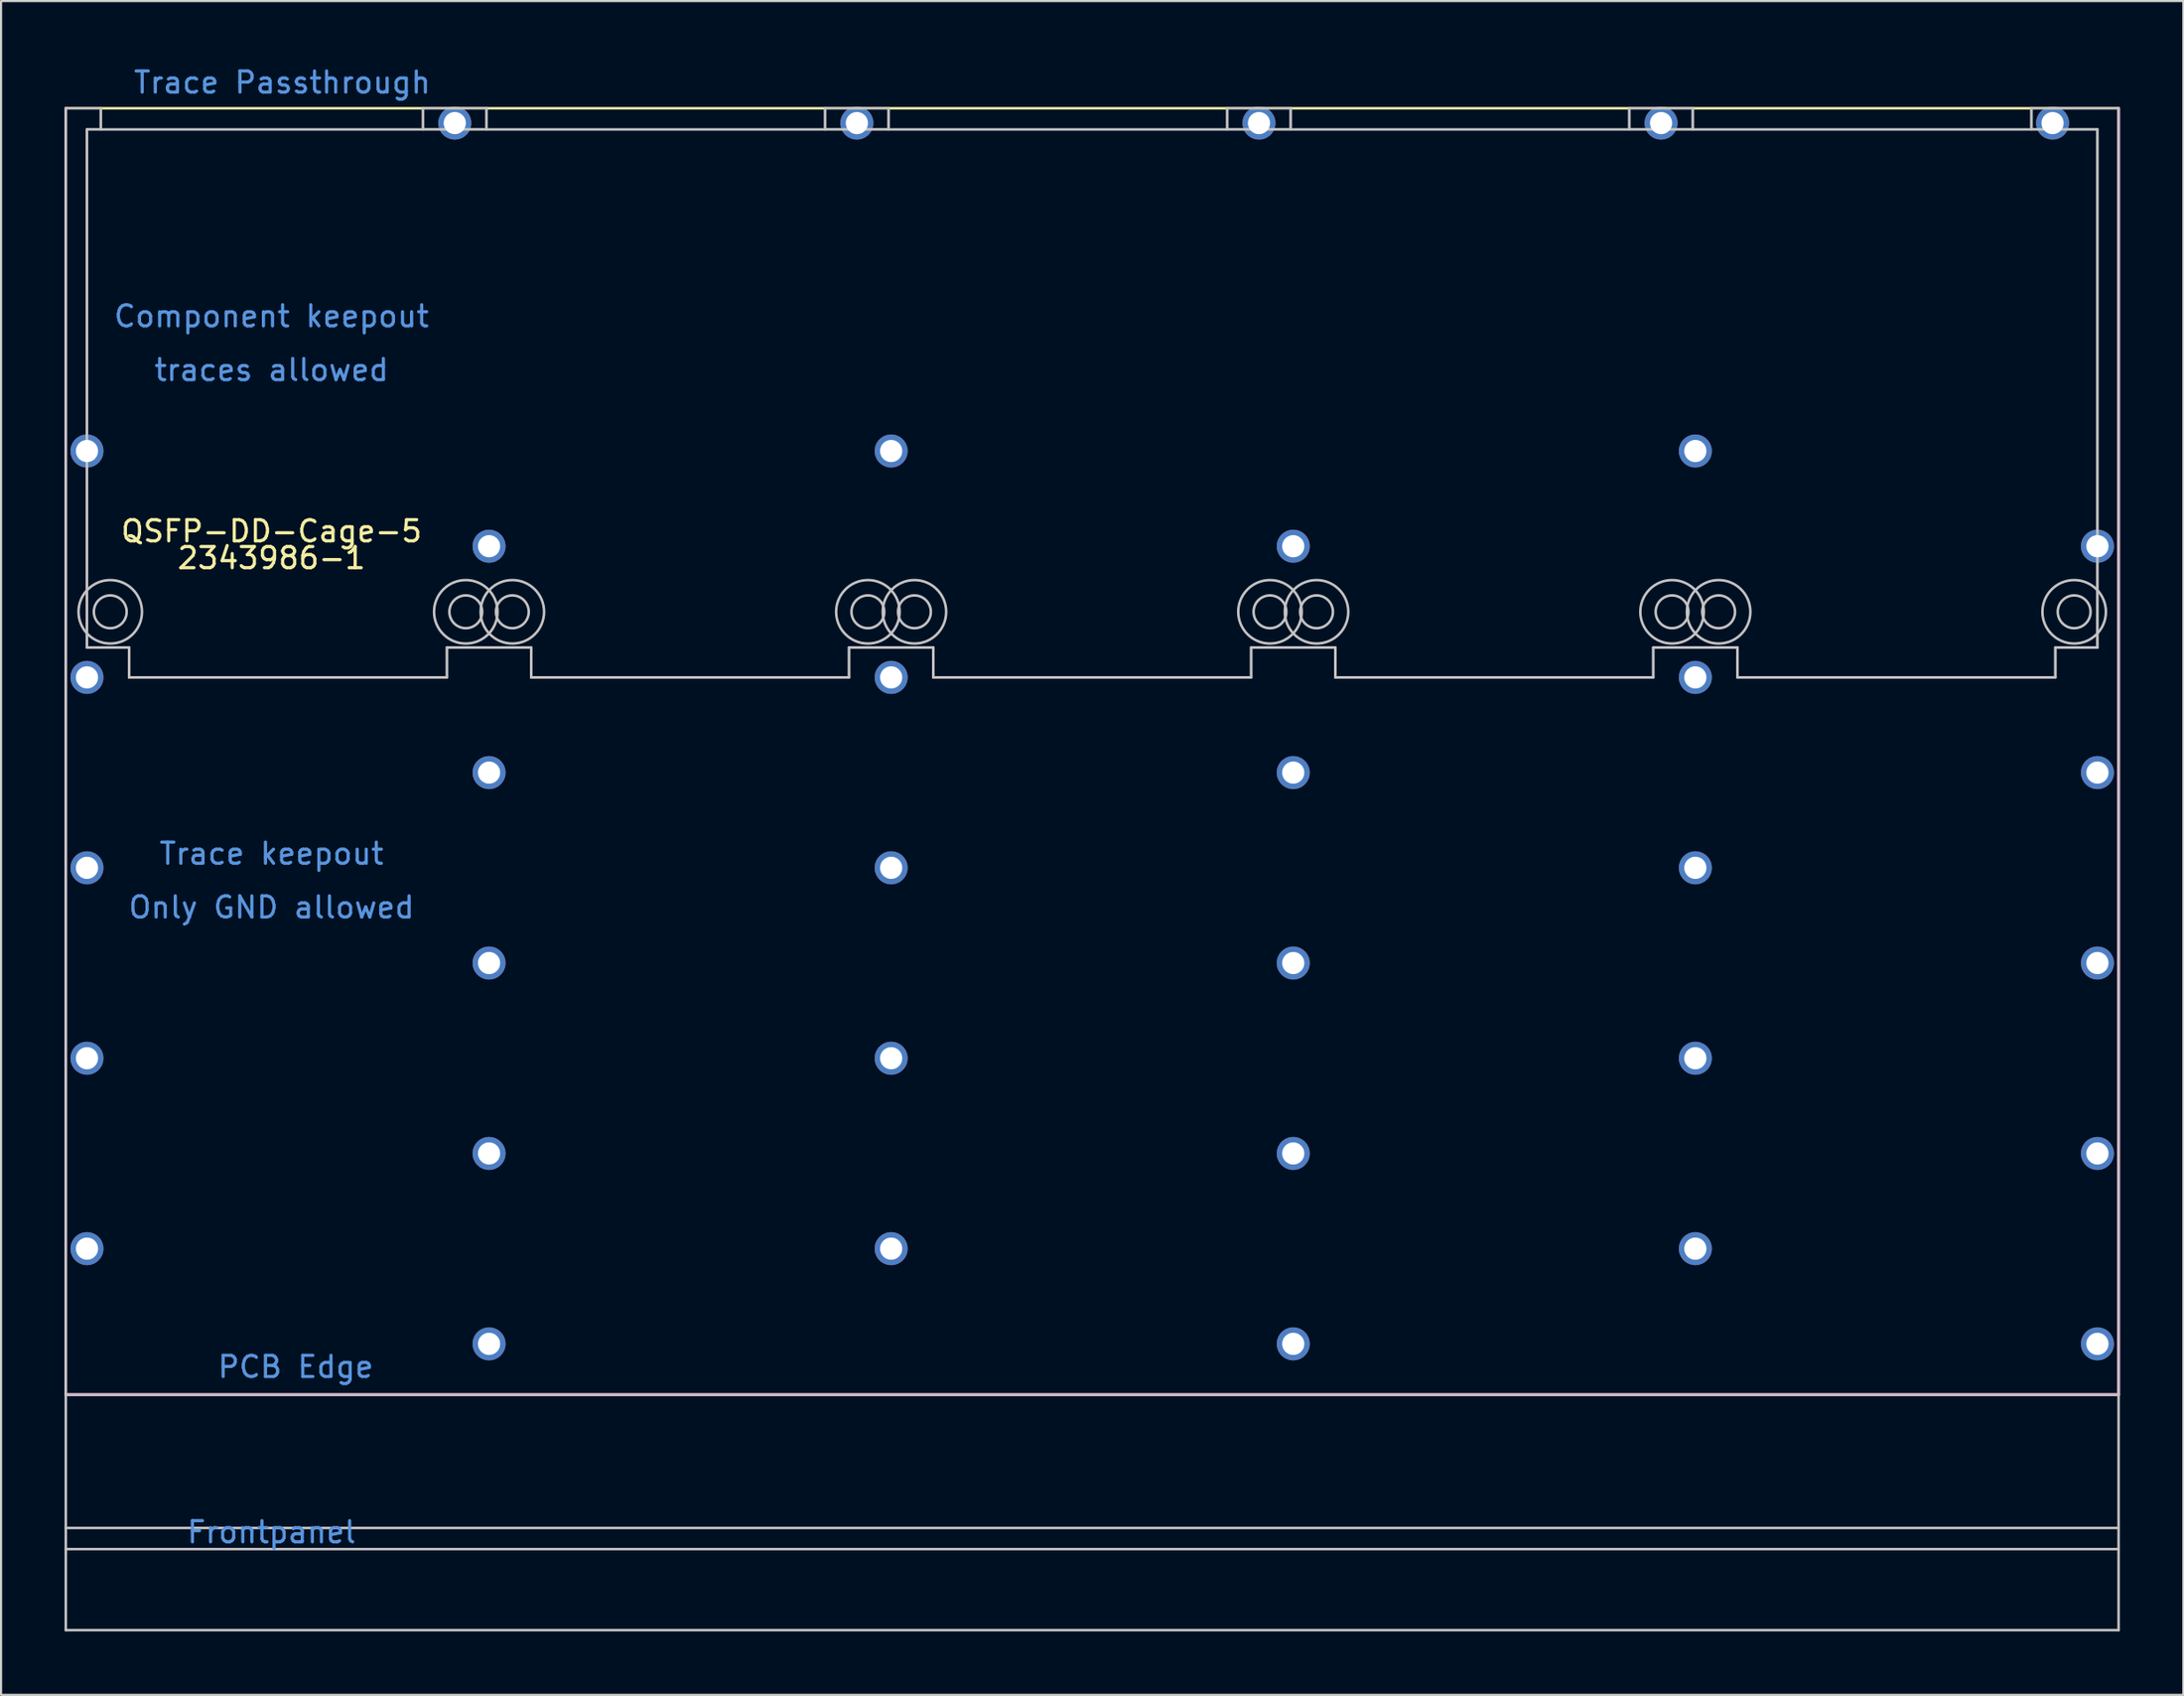
<source format=kicad_pcb>
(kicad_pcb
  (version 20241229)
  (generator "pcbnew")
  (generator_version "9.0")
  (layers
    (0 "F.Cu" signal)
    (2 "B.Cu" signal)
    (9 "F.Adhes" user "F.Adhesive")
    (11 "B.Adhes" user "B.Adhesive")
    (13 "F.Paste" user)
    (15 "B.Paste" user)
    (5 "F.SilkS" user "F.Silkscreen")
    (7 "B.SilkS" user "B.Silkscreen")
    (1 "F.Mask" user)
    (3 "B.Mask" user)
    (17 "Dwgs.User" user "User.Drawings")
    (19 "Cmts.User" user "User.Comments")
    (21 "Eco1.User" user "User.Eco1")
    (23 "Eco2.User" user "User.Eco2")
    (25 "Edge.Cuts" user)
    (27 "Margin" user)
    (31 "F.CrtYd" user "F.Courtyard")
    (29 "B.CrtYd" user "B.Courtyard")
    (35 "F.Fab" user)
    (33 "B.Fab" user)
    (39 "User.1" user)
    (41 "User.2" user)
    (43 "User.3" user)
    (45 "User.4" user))
  (footprint "QSFP-DD-Cage-5"
    (layer "F.Cu")
    (at 2.16 25.867)
    (property "Reference" "QSFP-DD-Cage-5" (at 7.62 -3.81 0) (layer "F.SilkS") (effects (font (size 1 1) (thickness 0.15))))
    (attr smd)
    (fp_line (start -2.1 -23.8) (end 94.9 -23.8) (stroke (width 0.12) (type solid)) (layer "F.SilkS"))
    (fp_line (start -2.1 37) (end -2.1 -23.8) (stroke (width 0.12) (type solid)) (layer "F.SilkS"))
    (fp_line (start 94.9 -23.8) (end 94.9 37) (stroke (width 0.12) (type solid)) (layer "F.SilkS"))
    (fp_line (start 94.9 37) (end -2.1 37) (stroke (width 0.12) (type solid)) (layer "F.SilkS"))
    (fp_line (start -2.1 37) (end -2.1 -23.8) (stroke (width 0.12) (type solid)) (layer "Dwgs.User"))
    (fp_line (start -2.1 37) (end -2.1 48.13) (stroke (width 0.12) (type solid)) (layer "Dwgs.User"))
    (fp_line (start -1.1 -22.8) (end -1.1 1.69) (stroke (width 0.12) (type solid)) (layer "Dwgs.User"))
    (fp_line (start -1.1 -22.8) (end 93.9 -22.8) (stroke (width 0.12) (type solid)) (layer "Dwgs.User"))
    (fp_line (start -1.1 1.69) (end 0.89 1.69) (stroke (width 0.12) (type solid)) (layer "Dwgs.User"))
    (fp_line (start -0.45 -22.8) (end -0.45 -23.8) (stroke (width 0.12) (type solid)) (layer "Dwgs.User"))
    (fp_line (start 0.89 1.69) (end 0.89 3.1) (stroke (width 0.12) (type solid)) (layer "Dwgs.User"))
    (fp_line (start 0.89 3.1) (end 15.91 3.1) (stroke (width 0.12) (type solid)) (layer "Dwgs.User"))
    (fp_line (start 14.78 -22.8) (end 14.78 -23.8) (stroke (width 0.12) (type solid)) (layer "Dwgs.User"))
    (fp_line (start 15.91 1.69) (end 19.89 1.69) (stroke (width 0.12) (type solid)) (layer "Dwgs.User"))
    (fp_line (start 15.91 3.1) (end 15.91 1.69) (stroke (width 0.12) (type solid)) (layer "Dwgs.User"))
    (fp_line (start 17.78 -22.8) (end 17.78 -23.8) (stroke (width 0.12) (type solid)) (layer "Dwgs.User"))
    (fp_line (start 19.89 1.69) (end 19.89 3.1) (stroke (width 0.12) (type solid)) (layer "Dwgs.User"))
    (fp_line (start 19.89 3.1) (end 34.91 3.1) (stroke (width 0.12) (type solid)) (layer "Dwgs.User"))
    (fp_line (start 33.78 -22.8) (end 33.78 -23.8) (stroke (width 0.12) (type solid)) (layer "Dwgs.User"))
    (fp_line (start 34.91 1.69) (end 34.91 3.1) (stroke (width 0.12) (type solid)) (layer "Dwgs.User"))
    (fp_line (start 34.91 1.69) (end 38.89 1.69) (stroke (width 0.12) (type solid)) (layer "Dwgs.User"))
    (fp_line (start 36.78 -22.8) (end 36.78 -23.8) (stroke (width 0.12) (type solid)) (layer "Dwgs.User"))
    (fp_line (start 38.89 1.69) (end 38.89 3.1) (stroke (width 0.12) (type solid)) (layer "Dwgs.User"))
    (fp_line (start 38.89 3.1) (end 53.91 3.1) (stroke (width 0.12) (type solid)) (layer "Dwgs.User"))
    (fp_line (start 52.78 -22.8) (end 52.78 -23.8) (stroke (width 0.12) (type solid)) (layer "Dwgs.User"))
    (fp_line (start 53.91 1.69) (end 57.89 1.69) (stroke (width 0.12) (type solid)) (layer "Dwgs.User"))
    (fp_line (start 53.91 3.1) (end 53.91 1.69) (stroke (width 0.12) (type solid)) (layer "Dwgs.User"))
    (fp_line (start 55.78 -22.8) (end 55.78 -23.8) (stroke (width 0.12) (type solid)) (layer "Dwgs.User"))
    (fp_line (start 57.89 1.69) (end 57.89 3.1) (stroke (width 0.12) (type solid)) (layer "Dwgs.User"))
    (fp_line (start 57.89 3.1) (end 72.91 3.1) (stroke (width 0.12) (type solid)) (layer "Dwgs.User"))
    (fp_line (start 71.78 -22.8) (end 71.78 -23.8) (stroke (width 0.12) (type solid)) (layer "Dwgs.User"))
    (fp_line (start 72.91 1.69) (end 72.91 3.1) (stroke (width 0.12) (type solid)) (layer "Dwgs.User"))
    (fp_line (start 72.91 1.69) (end 76.89 1.69) (stroke (width 0.12) (type solid)) (layer "Dwgs.User"))
    (fp_line (start 74.78 -22.8) (end 74.78 -23.8) (stroke (width 0.12) (type solid)) (layer "Dwgs.User"))
    (fp_line (start 76.89 1.69) (end 76.89 3.1) (stroke (width 0.12) (type solid)) (layer "Dwgs.User"))
    (fp_line (start 76.89 3.1) (end 91.91 3.1) (stroke (width 0.12) (type solid)) (layer "Dwgs.User"))
    (fp_line (start 90.78 -22.8) (end 90.78 -23.8) (stroke (width 0.12) (type solid)) (layer "Dwgs.User"))
    (fp_line (start 91.91 1.69) (end 91.91 3.1) (stroke (width 0.12) (type solid)) (layer "Dwgs.User"))
    (fp_line (start 91.91 1.69) (end 93.9 1.69) (stroke (width 0.12) (type solid)) (layer "Dwgs.User"))
    (fp_line (start 93.9 1.69) (end 93.9 -22.8) (stroke (width 0.12) (type solid)) (layer "Dwgs.User"))
    (fp_line (start 94.9 -23.8) (end 94.9 37) (stroke (width 0.12) (type solid)) (layer "Dwgs.User"))
    (fp_line (start 94.9 37) (end -2.1 37) (stroke (width 0.12) (type solid)) (layer "Dwgs.User"))
    (fp_line (start 94.9 37) (end 94.9 48.13) (stroke (width 0.12) (type solid)) (layer "Dwgs.User"))
    (fp_line (start 94.9 43.3) (end -2.1 43.3) (stroke (width 0.12) (type solid)) (layer "Dwgs.User"))
    (fp_line (start 94.9 44.3) (end -2.1 44.3) (stroke (width 0.12) (type solid)) (layer "Dwgs.User"))
    (fp_line (start 94.9 48.13) (end -2.1 48.13) (stroke (width 0.12) (type solid)) (layer "Dwgs.User"))
    (fp_circle (center 0 0) (end 0.775 0) (stroke (width 0.12) (type solid)) (fill no) (layer "Dwgs.User"))
    (fp_circle (center 0 0) (end 1.5 0) (stroke (width 0.12) (type solid)) (fill no) (layer "Dwgs.User"))
    (fp_circle (center 16.8 0) (end 17.575 0) (stroke (width 0.12) (type solid)) (fill no) (layer "Dwgs.User"))
    (fp_circle (center 16.8 0) (end 18.3 0) (stroke (width 0.12) (type solid)) (fill no) (layer "Dwgs.User"))
    (fp_circle (center 19 0) (end 19.775 0) (stroke (width 0.12) (type solid)) (fill no) (layer "Dwgs.User"))
    (fp_circle (center 19 0) (end 20.5 0) (stroke (width 0.12) (type solid)) (fill no) (layer "Dwgs.User"))
    (fp_circle (center 35.8 0) (end 36.575 0) (stroke (width 0.12) (type solid)) (fill no) (layer "Dwgs.User"))
    (fp_circle (center 35.8 0) (end 37.3 0) (stroke (width 0.12) (type solid)) (fill no) (layer "Dwgs.User"))
    (fp_circle (center 38 0) (end 38.775 0) (stroke (width 0.12) (type solid)) (fill no) (layer "Dwgs.User"))
    (fp_circle (center 38 0) (end 39.5 0) (stroke (width 0.12) (type solid)) (fill no) (layer "Dwgs.User"))
    (fp_circle (center 54.8 0) (end 55.575 0) (stroke (width 0.12) (type solid)) (fill no) (layer "Dwgs.User"))
    (fp_circle (center 54.8 0) (end 56.3 0) (stroke (width 0.12) (type solid)) (fill no) (layer "Dwgs.User"))
    (fp_circle (center 57 0) (end 57.775 0) (stroke (width 0.12) (type solid)) (fill no) (layer "Dwgs.User"))
    (fp_circle (center 57 0) (end 58.5 0) (stroke (width 0.12) (type solid)) (fill no) (layer "Dwgs.User"))
    (fp_circle (center 73.8 0) (end 74.575 0) (stroke (width 0.12) (type solid)) (fill no) (layer "Dwgs.User"))
    (fp_circle (center 73.8 0) (end 75.3 0) (stroke (width 0.12) (type solid)) (fill no) (layer "Dwgs.User"))
    (fp_circle (center 76 0) (end 76.775 0) (stroke (width 0.12) (type solid)) (fill no) (layer "Dwgs.User"))
    (fp_circle (center 76 0) (end 77.5 0) (stroke (width 0.12) (type solid)) (fill no) (layer "Dwgs.User"))
    (fp_circle (center 92.8 0) (end 93.575 0) (stroke (width 0.12) (type solid)) (fill no) (layer "Dwgs.User"))
    (fp_circle (center 92.8 0) (end 94.3 0) (stroke (width 0.12) (type solid)) (fill no) (layer "Dwgs.User"))
    (fp_poly (pts (xy 17.78 -22.8) (xy 14.78 -22.8) (xy 14.78 -23.8) (xy 17.78 -23.8)) (stroke (width 0.1) (type solid)) (fill no) (layer "Dwgs.User"))
    (fp_poly (pts (xy 36.78 -22.8) (xy 33.78 -22.8) (xy 33.78 -23.8) (xy 36.78 -23.8)) (stroke (width 0.1) (type solid)) (fill no) (layer "Dwgs.User"))
    (fp_poly (pts (xy 55.78 -22.8) (xy 52.78 -22.8) (xy 52.78 -23.8) (xy 55.78 -23.8)) (stroke (width 0.1) (type solid)) (fill no) (layer "Dwgs.User"))
    (fp_poly (pts (xy 74.78 -22.8) (xy 71.78 -22.8) (xy 71.78 -23.8) (xy 74.78 -23.8)) (stroke (width 0.1) (type solid)) (fill no) (layer "Dwgs.User"))
    (fp_poly (pts (xy -0.45 -22.8) (xy -1.1 -22.8) (xy -1.1 1.69) (xy 0.89 1.69) (xy 0.89 3.1) (xy 15.91 3.1) (xy 15.91 1.69) (xy 19.89 1.69) (xy 19.89 3.1) (xy 34.91 3.1) (xy 34.91 1.69) (xy 38.89 1.69) (xy 38.89 3.1) (xy 53.91 3.1) (xy 53.91 1.69) (xy 57.89 1.69) (xy 57.89 3.1) (xy 72.91 3.1) (xy 72.91 1.69) (xy 76.89 1.69) (xy 76.89 3.1) (xy 91.91 3.1) (xy 91.91 1.69) (xy 93.9 1.69) (xy 93.9 -22.8) (xy 90.78 -22.8) (xy 90.78 -23.8) (xy 94.9 -23.8) (xy 94.9 37) (xy -2.1 37) (xy -2.1 -23.8) (xy -0.45 -23.8)) (stroke (width 0.1) (type solid)) (fill no) (layer "Dwgs.User"))
    (fp_line (start -2.1 37) (end -2.1 -23.8) (stroke (width 0.12) (type solid)) (layer "F.CrtYd"))
    (fp_line (start 94.9 -23.8) (end 94.9 37) (stroke (width 0.12) (type solid)) (layer "F.CrtYd"))
    (fp_line (start 94.9 37) (end -2.1 37) (stroke (width 0.12) (type solid)) (layer "F.CrtYd"))
    (fp_text user "2343986-1" (at 7.62 -2.54 0) (layer "F.SilkS") (effects (font (size 1 1) (thickness 0.15))))
    (fp_text user "Only GND allowed" (at 7.62 13.97 0) (layer "Cmts.User") (effects (font (size 1 1) (thickness 0.15))))
    (fp_text user "Trace Passthrough" (at 8.128 -25.019 0) (layer "Cmts.User") (effects (font (size 1 1) (thickness 0.15))))
    (fp_text user "traces allowed" (at 7.62 -11.43 0) (layer "Cmts.User") (effects (font (size 1 1) (thickness 0.15))))
    (fp_text user "Frontpanel" (at 7.62 43.5 0) (layer "Cmts.User") (effects (font (size 1 1) (thickness 0.15))))
    (fp_text user "Component keepout" (at 7.62 -13.97 0) (layer "Cmts.User") (effects (font (size 1 1) (thickness 0.15))))
    (fp_text user "Trace keepout" (at 7.62 11.43 0) (layer "Cmts.User") (effects (font (size 1 1) (thickness 0.15))))
    (fp_text user "PCB Edge" (at 8.763 35.687 0) (layer "Cmts.User") (effects (font (size 1 1) (thickness 0.15))))
    (pad "C" thru_hole circle (at -1.1 -7.6) (size 1.56 1.56) (drill 1.05) (layers "*.Cu" "*.Mask"))
    (pad "C" thru_hole circle (at -1.1 3.1) (size 1.56 1.56) (drill 1.05) (layers "*.Cu" "*.Mask"))
    (pad "C" thru_hole circle (at -1.1 12.1) (size 1.56 1.56) (drill 1.05) (layers "*.Cu" "*.Mask"))
    (pad "C" thru_hole circle (at -1.1 21.1) (size 1.56 1.56) (drill 1.05) (layers "*.Cu" "*.Mask"))
    (pad "C" thru_hole circle (at -1.1 30.1) (size 1.56 1.56) (drill 1.05) (layers "*.Cu" "*.Mask"))
    (pad "C" thru_hole circle (at 16.28 -23.1) (size 1.56 1.56) (drill 1.05) (layers "*.Cu" "*.Mask"))
    (pad "C" thru_hole circle (at 17.9 -3.1) (size 1.56 1.56) (drill 1.05) (layers "*.Cu" "*.Mask"))
    (pad "C" thru_hole circle (at 17.9 7.6) (size 1.56 1.56) (drill 1.05) (layers "*.Cu" "*.Mask"))
    (pad "C" thru_hole circle (at 17.9 16.6) (size 1.56 1.56) (drill 1.05) (layers "*.Cu" "*.Mask"))
    (pad "C" thru_hole circle (at 17.9 25.6) (size 1.56 1.56) (drill 1.05) (layers "*.Cu" "*.Mask"))
    (pad "C" thru_hole circle (at 17.9 34.6) (size 1.56 1.56) (drill 1.05) (layers "*.Cu" "*.Mask"))
    (pad "C" thru_hole circle (at 35.28 -23.1) (size 1.56 1.56) (drill 1.05) (layers "*.Cu" "*.Mask"))
    (pad "C" thru_hole circle (at 36.9 -7.6) (size 1.56 1.56) (drill 1.05) (layers "*.Cu" "*.Mask"))
    (pad "C" thru_hole circle (at 36.9 3.1) (size 1.56 1.56) (drill 1.05) (layers "*.Cu" "*.Mask"))
    (pad "C" thru_hole circle (at 36.9 12.1) (size 1.56 1.56) (drill 1.05) (layers "*.Cu" "*.Mask"))
    (pad "C" thru_hole circle (at 36.9 21.1) (size 1.56 1.56) (drill 1.05) (layers "*.Cu" "*.Mask"))
    (pad "C" thru_hole circle (at 36.9 30.1) (size 1.56 1.56) (drill 1.05) (layers "*.Cu" "*.Mask"))
    (pad "C" thru_hole circle (at 54.28 -23.1) (size 1.56 1.56) (drill 1.05) (layers "*.Cu" "*.Mask"))
    (pad "C" thru_hole circle (at 55.9 -3.1) (size 1.56 1.56) (drill 1.05) (layers "*.Cu" "*.Mask"))
    (pad "C" thru_hole circle (at 55.9 7.6) (size 1.56 1.56) (drill 1.05) (layers "*.Cu" "*.Mask"))
    (pad "C" thru_hole circle (at 55.9 16.6) (size 1.56 1.56) (drill 1.05) (layers "*.Cu" "*.Mask"))
    (pad "C" thru_hole circle (at 55.9 25.6) (size 1.56 1.56) (drill 1.05) (layers "*.Cu" "*.Mask"))
    (pad "C" thru_hole circle (at 55.9 34.6) (size 1.56 1.56) (drill 1.05) (layers "*.Cu" "*.Mask"))
    (pad "C" thru_hole circle (at 73.28 -23.1) (size 1.56 1.56) (drill 1.05) (layers "*.Cu" "*.Mask"))
    (pad "C" thru_hole circle (at 74.9 -7.6) (size 1.56 1.56) (drill 1.05) (layers "*.Cu" "*.Mask"))
    (pad "C" thru_hole circle (at 74.9 3.1) (size 1.56 1.56) (drill 1.05) (layers "*.Cu" "*.Mask"))
    (pad "C" thru_hole circle (at 74.9 12.1) (size 1.56 1.56) (drill 1.05) (layers "*.Cu" "*.Mask"))
    (pad "C" thru_hole circle (at 74.9 21.1) (size 1.56 1.56) (drill 1.05) (layers "*.Cu" "*.Mask"))
    (pad "C" thru_hole circle (at 74.9 30.1) (size 1.56 1.56) (drill 1.05) (layers "*.Cu" "*.Mask"))
    (pad "C" thru_hole circle (at 91.78 -23.1) (size 1.56 1.56) (drill 1.05) (layers "*.Cu" "*.Mask"))
    (pad "C" thru_hole circle (at 93.9 -3.1) (size 1.56 1.56) (drill 1.05) (layers "*.Cu" "*.Mask"))
    (pad "C" thru_hole circle (at 93.9 7.6) (size 1.56 1.56) (drill 1.05) (layers "*.Cu" "*.Mask"))
    (pad "C" thru_hole circle (at 93.9 16.6) (size 1.56 1.56) (drill 1.05) (layers "*.Cu" "*.Mask"))
    (pad "C" thru_hole circle (at 93.9 25.6) (size 1.56 1.56) (drill 1.05) (layers "*.Cu" "*.Mask"))
    (pad "C" thru_hole circle (at 93.9 34.6) (size 1.56 1.56) (drill 1.05) (layers "*.Cu" "*.Mask")))
  (gr_rect
    (start -3 -3)
    (end 100.12 77.057)
    (stroke (width 0.1) (type default))
    (fill no)
    (layer "Edge.Cuts")))
</source>
